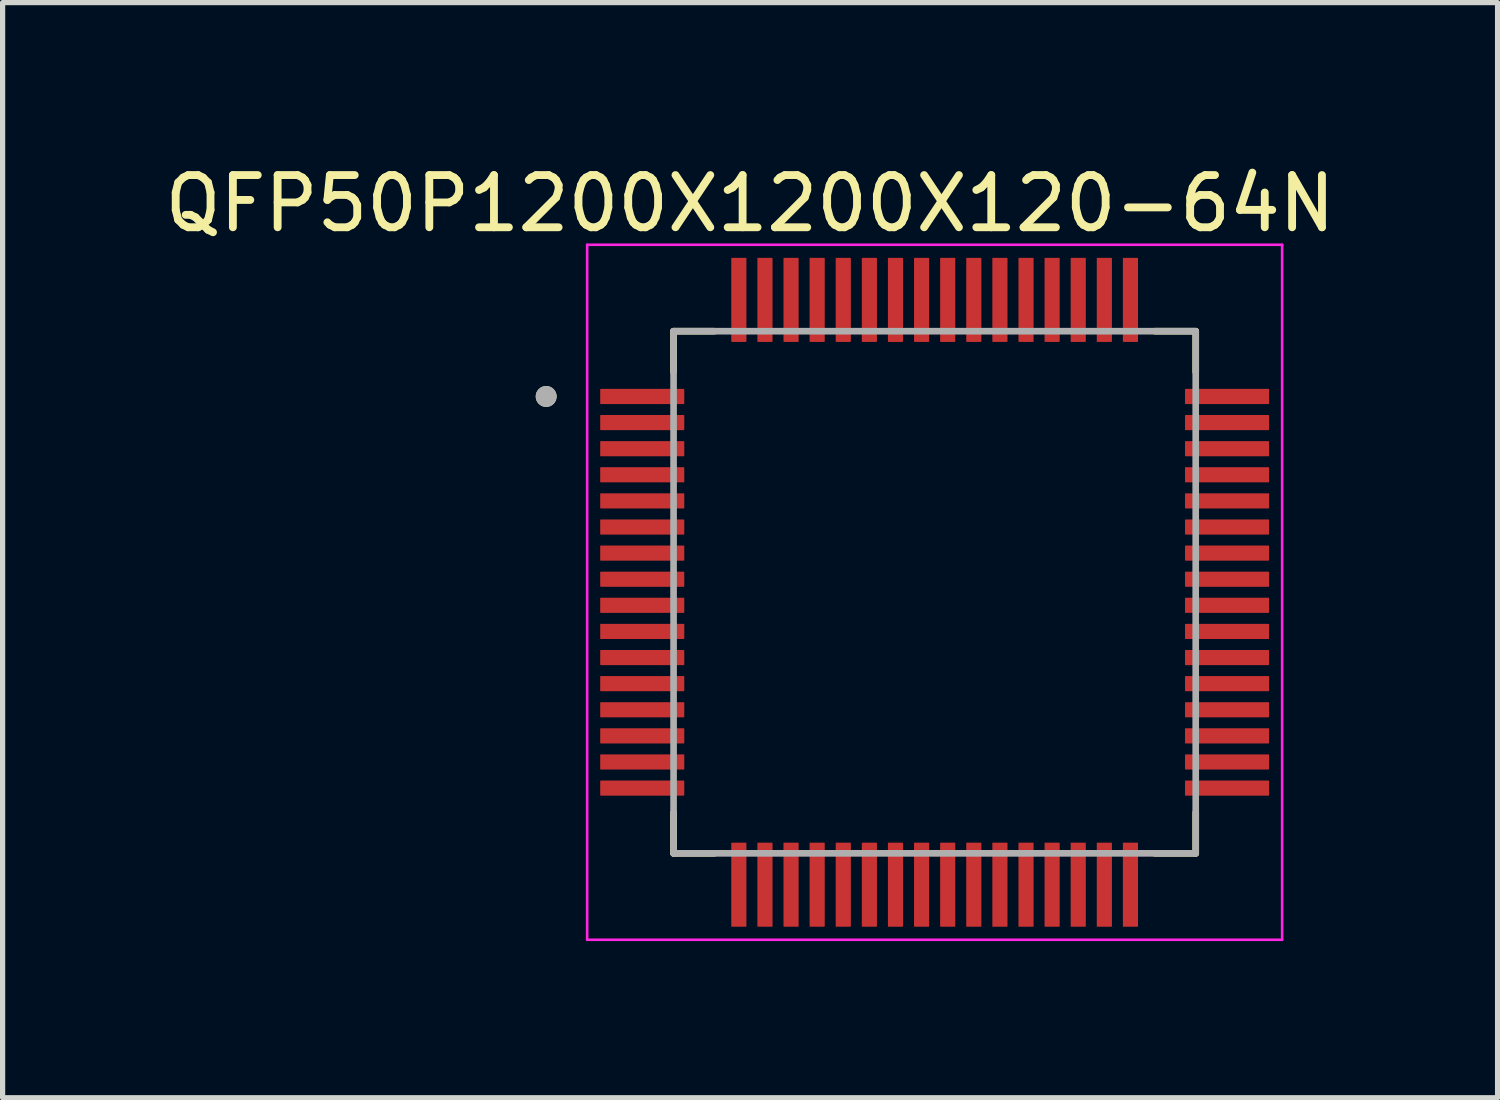
<source format=kicad_pcb>
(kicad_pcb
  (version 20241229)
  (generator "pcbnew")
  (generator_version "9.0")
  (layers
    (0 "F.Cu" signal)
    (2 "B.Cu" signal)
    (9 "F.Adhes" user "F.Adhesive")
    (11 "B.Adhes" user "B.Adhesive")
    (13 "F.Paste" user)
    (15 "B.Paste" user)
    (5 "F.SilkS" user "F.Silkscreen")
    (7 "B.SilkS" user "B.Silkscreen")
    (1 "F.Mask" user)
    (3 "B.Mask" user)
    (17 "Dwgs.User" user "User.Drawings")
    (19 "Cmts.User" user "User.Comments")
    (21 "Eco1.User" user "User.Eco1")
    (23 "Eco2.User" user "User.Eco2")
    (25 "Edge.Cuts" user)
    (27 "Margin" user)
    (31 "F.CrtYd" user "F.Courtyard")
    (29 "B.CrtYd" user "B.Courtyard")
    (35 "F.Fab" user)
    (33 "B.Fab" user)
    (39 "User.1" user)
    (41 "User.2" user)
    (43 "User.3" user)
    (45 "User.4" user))
  (footprint "QFP50P1200X1200X120-64N"
    (layer "F.Cu")
    (at 14.85 8.293)
    (property "Reference" "QFP50P1200X1200X120-64N" (at -3.535 -7.445 0) (layer "F.SilkS") (effects (font (size 1 1) (thickness 0.15))))
    (attr smd)
    (fp_line (start -5 -5) (end -5 -4.22) (stroke (width 0.127) (type solid)) (layer "F.SilkS"))
    (fp_line (start -5 -5) (end -4.22 -5) (stroke (width 0.127) (type solid)) (layer "F.SilkS"))
    (fp_line (start -5 5) (end -5 4.22) (stroke (width 0.127) (type solid)) (layer "F.SilkS"))
    (fp_line (start -5 5) (end -4.22 5) (stroke (width 0.127) (type solid)) (layer "F.SilkS"))
    (fp_line (start 5 -5) (end 4.22 -5) (stroke (width 0.127) (type solid)) (layer "F.SilkS"))
    (fp_line (start 5 -5) (end 5 -4.22) (stroke (width 0.127) (type solid)) (layer "F.SilkS"))
    (fp_line (start 5 5) (end 4.22 5) (stroke (width 0.127) (type solid)) (layer "F.SilkS"))
    (fp_line (start 5 5) (end 5 4.22) (stroke (width 0.127) (type solid)) (layer "F.SilkS"))
    (fp_circle (center -7.44 -3.75) (end -7.34 -3.75) (stroke (width 0.2) (type solid)) (fill no) (layer "F.SilkS"))
    (fp_line (start -6.655 -6.655) (end 6.655 -6.655) (stroke (width 0.05) (type solid)) (layer "F.CrtYd"))
    (fp_line (start -6.655 6.655) (end -6.655 -6.655) (stroke (width 0.05) (type solid)) (layer "F.CrtYd"))
    (fp_line (start -6.655 6.655) (end 6.655 6.655) (stroke (width 0.05) (type solid)) (layer "F.CrtYd"))
    (fp_line (start 6.655 6.655) (end 6.655 -6.655) (stroke (width 0.05) (type solid)) (layer "F.CrtYd"))
    (fp_line (start -5 5) (end -5 -5) (stroke (width 0.127) (type solid)) (layer "F.Fab"))
    (fp_line (start 5 -5) (end -5 -5) (stroke (width 0.127) (type solid)) (layer "F.Fab"))
    (fp_line (start 5 5) (end -5 5) (stroke (width 0.127) (type solid)) (layer "F.Fab"))
    (fp_line (start 5 5) (end 5 -5) (stroke (width 0.127) (type solid)) (layer "F.Fab"))
    (fp_circle (center -7.44 -3.75) (end -7.34 -3.75) (stroke (width 0.2) (type solid)) (fill no) (layer "F.Fab"))
    (pad "1" smd roundrect (at -5.6 -3.75) (size 1.61 0.29) (layers "F.Cu" "F.Mask" "F.Paste") (roundrect_rratio 0.04))
    (pad "2" smd roundrect (at -5.6 -3.25) (size 1.61 0.29) (layers "F.Cu" "F.Mask" "F.Paste") (roundrect_rratio 0.04))
    (pad "3" smd roundrect (at -5.6 -2.75) (size 1.61 0.29) (layers "F.Cu" "F.Mask" "F.Paste") (roundrect_rratio 0.04))
    (pad "4" smd roundrect (at -5.6 -2.25) (size 1.61 0.29) (layers "F.Cu" "F.Mask" "F.Paste") (roundrect_rratio 0.04))
    (pad "5" smd roundrect (at -5.6 -1.75) (size 1.61 0.29) (layers "F.Cu" "F.Mask" "F.Paste") (roundrect_rratio 0.04))
    (pad "6" smd roundrect (at -5.6 -1.25) (size 1.61 0.29) (layers "F.Cu" "F.Mask" "F.Paste") (roundrect_rratio 0.04))
    (pad "7" smd roundrect (at -5.6 -0.75) (size 1.61 0.29) (layers "F.Cu" "F.Mask" "F.Paste") (roundrect_rratio 0.04))
    (pad "8" smd roundrect (at -5.6 -0.25) (size 1.61 0.29) (layers "F.Cu" "F.Mask" "F.Paste") (roundrect_rratio 0.04))
    (pad "9" smd roundrect (at -5.6 0.25) (size 1.61 0.29) (layers "F.Cu" "F.Mask" "F.Paste") (roundrect_rratio 0.04))
    (pad "10" smd roundrect (at -5.6 0.75) (size 1.61 0.29) (layers "F.Cu" "F.Mask" "F.Paste") (roundrect_rratio 0.04))
    (pad "11" smd roundrect (at -5.6 1.25) (size 1.61 0.29) (layers "F.Cu" "F.Mask" "F.Paste") (roundrect_rratio 0.04))
    (pad "12" smd roundrect (at -5.6 1.75) (size 1.61 0.29) (layers "F.Cu" "F.Mask" "F.Paste") (roundrect_rratio 0.04))
    (pad "13" smd roundrect (at -5.6 2.25) (size 1.61 0.29) (layers "F.Cu" "F.Mask" "F.Paste") (roundrect_rratio 0.04))
    (pad "14" smd roundrect (at -5.6 2.75) (size 1.61 0.29) (layers "F.Cu" "F.Mask" "F.Paste") (roundrect_rratio 0.04))
    (pad "15" smd roundrect (at -5.6 3.25) (size 1.61 0.29) (layers "F.Cu" "F.Mask" "F.Paste") (roundrect_rratio 0.04))
    (pad "16" smd roundrect (at -5.6 3.75) (size 1.61 0.29) (layers "F.Cu" "F.Mask" "F.Paste") (roundrect_rratio 0.04))
    (pad "17" smd roundrect (at -3.75 5.6 90) (size 1.61 0.29) (layers "F.Cu" "F.Mask" "F.Paste") (roundrect_rratio 0.04))
    (pad "18" smd roundrect (at -3.25 5.6 90) (size 1.61 0.29) (layers "F.Cu" "F.Mask" "F.Paste") (roundrect_rratio 0.04))
    (pad "19" smd roundrect (at -2.75 5.6 90) (size 1.61 0.29) (layers "F.Cu" "F.Mask" "F.Paste") (roundrect_rratio 0.04))
    (pad "20" smd roundrect (at -2.25 5.6 90) (size 1.61 0.29) (layers "F.Cu" "F.Mask" "F.Paste") (roundrect_rratio 0.04))
    (pad "21" smd roundrect (at -1.75 5.6 90) (size 1.61 0.29) (layers "F.Cu" "F.Mask" "F.Paste") (roundrect_rratio 0.04))
    (pad "22" smd roundrect (at -1.25 5.6 90) (size 1.61 0.29) (layers "F.Cu" "F.Mask" "F.Paste") (roundrect_rratio 0.04))
    (pad "23" smd roundrect (at -0.75 5.6 90) (size 1.61 0.29) (layers "F.Cu" "F.Mask" "F.Paste") (roundrect_rratio 0.04))
    (pad "24" smd roundrect (at -0.25 5.6 90) (size 1.61 0.29) (layers "F.Cu" "F.Mask" "F.Paste") (roundrect_rratio 0.04))
    (pad "25" smd roundrect (at 0.25 5.6 90) (size 1.61 0.29) (layers "F.Cu" "F.Mask" "F.Paste") (roundrect_rratio 0.04))
    (pad "26" smd roundrect (at 0.75 5.6 90) (size 1.61 0.29) (layers "F.Cu" "F.Mask" "F.Paste") (roundrect_rratio 0.04))
    (pad "27" smd roundrect (at 1.25 5.6 90) (size 1.61 0.29) (layers "F.Cu" "F.Mask" "F.Paste") (roundrect_rratio 0.04))
    (pad "28" smd roundrect (at 1.75 5.6 90) (size 1.61 0.29) (layers "F.Cu" "F.Mask" "F.Paste") (roundrect_rratio 0.04))
    (pad "29" smd roundrect (at 2.25 5.6 90) (size 1.61 0.29) (layers "F.Cu" "F.Mask" "F.Paste") (roundrect_rratio 0.04))
    (pad "30" smd roundrect (at 2.75 5.6 90) (size 1.61 0.29) (layers "F.Cu" "F.Mask" "F.Paste") (roundrect_rratio 0.04))
    (pad "31" smd roundrect (at 3.25 5.6 90) (size 1.61 0.29) (layers "F.Cu" "F.Mask" "F.Paste") (roundrect_rratio 0.04))
    (pad "32" smd roundrect (at 3.75 5.6 90) (size 1.61 0.29) (layers "F.Cu" "F.Mask" "F.Paste") (roundrect_rratio 0.04))
    (pad "33" smd roundrect (at 5.6 3.75) (size 1.61 0.29) (layers "F.Cu" "F.Mask" "F.Paste") (roundrect_rratio 0.04))
    (pad "34" smd roundrect (at 5.6 3.25) (size 1.61 0.29) (layers "F.Cu" "F.Mask" "F.Paste") (roundrect_rratio 0.04))
    (pad "35" smd roundrect (at 5.6 2.75) (size 1.61 0.29) (layers "F.Cu" "F.Mask" "F.Paste") (roundrect_rratio 0.04))
    (pad "36" smd roundrect (at 5.6 2.25) (size 1.61 0.29) (layers "F.Cu" "F.Mask" "F.Paste") (roundrect_rratio 0.04))
    (pad "37" smd roundrect (at 5.6 1.75) (size 1.61 0.29) (layers "F.Cu" "F.Mask" "F.Paste") (roundrect_rratio 0.04))
    (pad "38" smd roundrect (at 5.6 1.25) (size 1.61 0.29) (layers "F.Cu" "F.Mask" "F.Paste") (roundrect_rratio 0.04))
    (pad "39" smd roundrect (at 5.6 0.75) (size 1.61 0.29) (layers "F.Cu" "F.Mask" "F.Paste") (roundrect_rratio 0.04))
    (pad "40" smd roundrect (at 5.6 0.25) (size 1.61 0.29) (layers "F.Cu" "F.Mask" "F.Paste") (roundrect_rratio 0.04))
    (pad "41" smd roundrect (at 5.6 -0.25) (size 1.61 0.29) (layers "F.Cu" "F.Mask" "F.Paste") (roundrect_rratio 0.04))
    (pad "42" smd roundrect (at 5.6 -0.75) (size 1.61 0.29) (layers "F.Cu" "F.Mask" "F.Paste") (roundrect_rratio 0.04))
    (pad "43" smd roundrect (at 5.6 -1.25) (size 1.61 0.29) (layers "F.Cu" "F.Mask" "F.Paste") (roundrect_rratio 0.04))
    (pad "44" smd roundrect (at 5.6 -1.75) (size 1.61 0.29) (layers "F.Cu" "F.Mask" "F.Paste") (roundrect_rratio 0.04))
    (pad "45" smd roundrect (at 5.6 -2.25) (size 1.61 0.29) (layers "F.Cu" "F.Mask" "F.Paste") (roundrect_rratio 0.04))
    (pad "46" smd roundrect (at 5.6 -2.75) (size 1.61 0.29) (layers "F.Cu" "F.Mask" "F.Paste") (roundrect_rratio 0.04))
    (pad "47" smd roundrect (at 5.6 -3.25) (size 1.61 0.29) (layers "F.Cu" "F.Mask" "F.Paste") (roundrect_rratio 0.04))
    (pad "48" smd roundrect (at 5.6 -3.75) (size 1.61 0.29) (layers "F.Cu" "F.Mask" "F.Paste") (roundrect_rratio 0.04))
    (pad "49" smd roundrect (at 3.75 -5.6 90) (size 1.61 0.29) (layers "F.Cu" "F.Mask" "F.Paste") (roundrect_rratio 0.04))
    (pad "50" smd roundrect (at 3.25 -5.6 90) (size 1.61 0.29) (layers "F.Cu" "F.Mask" "F.Paste") (roundrect_rratio 0.04))
    (pad "51" smd roundrect (at 2.75 -5.6 90) (size 1.61 0.29) (layers "F.Cu" "F.Mask" "F.Paste") (roundrect_rratio 0.04))
    (pad "52" smd roundrect (at 2.25 -5.6 90) (size 1.61 0.29) (layers "F.Cu" "F.Mask" "F.Paste") (roundrect_rratio 0.04))
    (pad "53" smd roundrect (at 1.75 -5.6 90) (size 1.61 0.29) (layers "F.Cu" "F.Mask" "F.Paste") (roundrect_rratio 0.04))
    (pad "54" smd roundrect (at 1.25 -5.6 90) (size 1.61 0.29) (layers "F.Cu" "F.Mask" "F.Paste") (roundrect_rratio 0.04))
    (pad "55" smd roundrect (at 0.75 -5.6 90) (size 1.61 0.29) (layers "F.Cu" "F.Mask" "F.Paste") (roundrect_rratio 0.04))
    (pad "56" smd roundrect (at 0.25 -5.6 90) (size 1.61 0.29) (layers "F.Cu" "F.Mask" "F.Paste") (roundrect_rratio 0.04))
    (pad "57" smd roundrect (at -0.25 -5.6 90) (size 1.61 0.29) (layers "F.Cu" "F.Mask" "F.Paste") (roundrect_rratio 0.04))
    (pad "58" smd roundrect (at -0.75 -5.6 90) (size 1.61 0.29) (layers "F.Cu" "F.Mask" "F.Paste") (roundrect_rratio 0.04))
    (pad "59" smd roundrect (at -1.25 -5.6 90) (size 1.61 0.29) (layers "F.Cu" "F.Mask" "F.Paste") (roundrect_rratio 0.04))
    (pad "60" smd roundrect (at -1.75 -5.6 90) (size 1.61 0.29) (layers "F.Cu" "F.Mask" "F.Paste") (roundrect_rratio 0.04))
    (pad "61" smd roundrect (at -2.25 -5.6 90) (size 1.61 0.29) (layers "F.Cu" "F.Mask" "F.Paste") (roundrect_rratio 0.04))
    (pad "62" smd roundrect (at -2.75 -5.6 90) (size 1.61 0.29) (layers "F.Cu" "F.Mask" "F.Paste") (roundrect_rratio 0.04))
    (pad "63" smd roundrect (at -3.25 -5.6 90) (size 1.61 0.29) (layers "F.Cu" "F.Mask" "F.Paste") (roundrect_rratio 0.04))
    (pad "64" smd roundrect (at -3.75 -5.6 90) (size 1.61 0.29) (layers "F.Cu" "F.Mask" "F.Paste") (roundrect_rratio 0.04)))
  (gr_rect
    (start -3 -3)
    (end 25.631 17.973)
    (stroke (width 0.1) (type default))
    (fill no)
    (layer "Edge.Cuts")))
</source>
